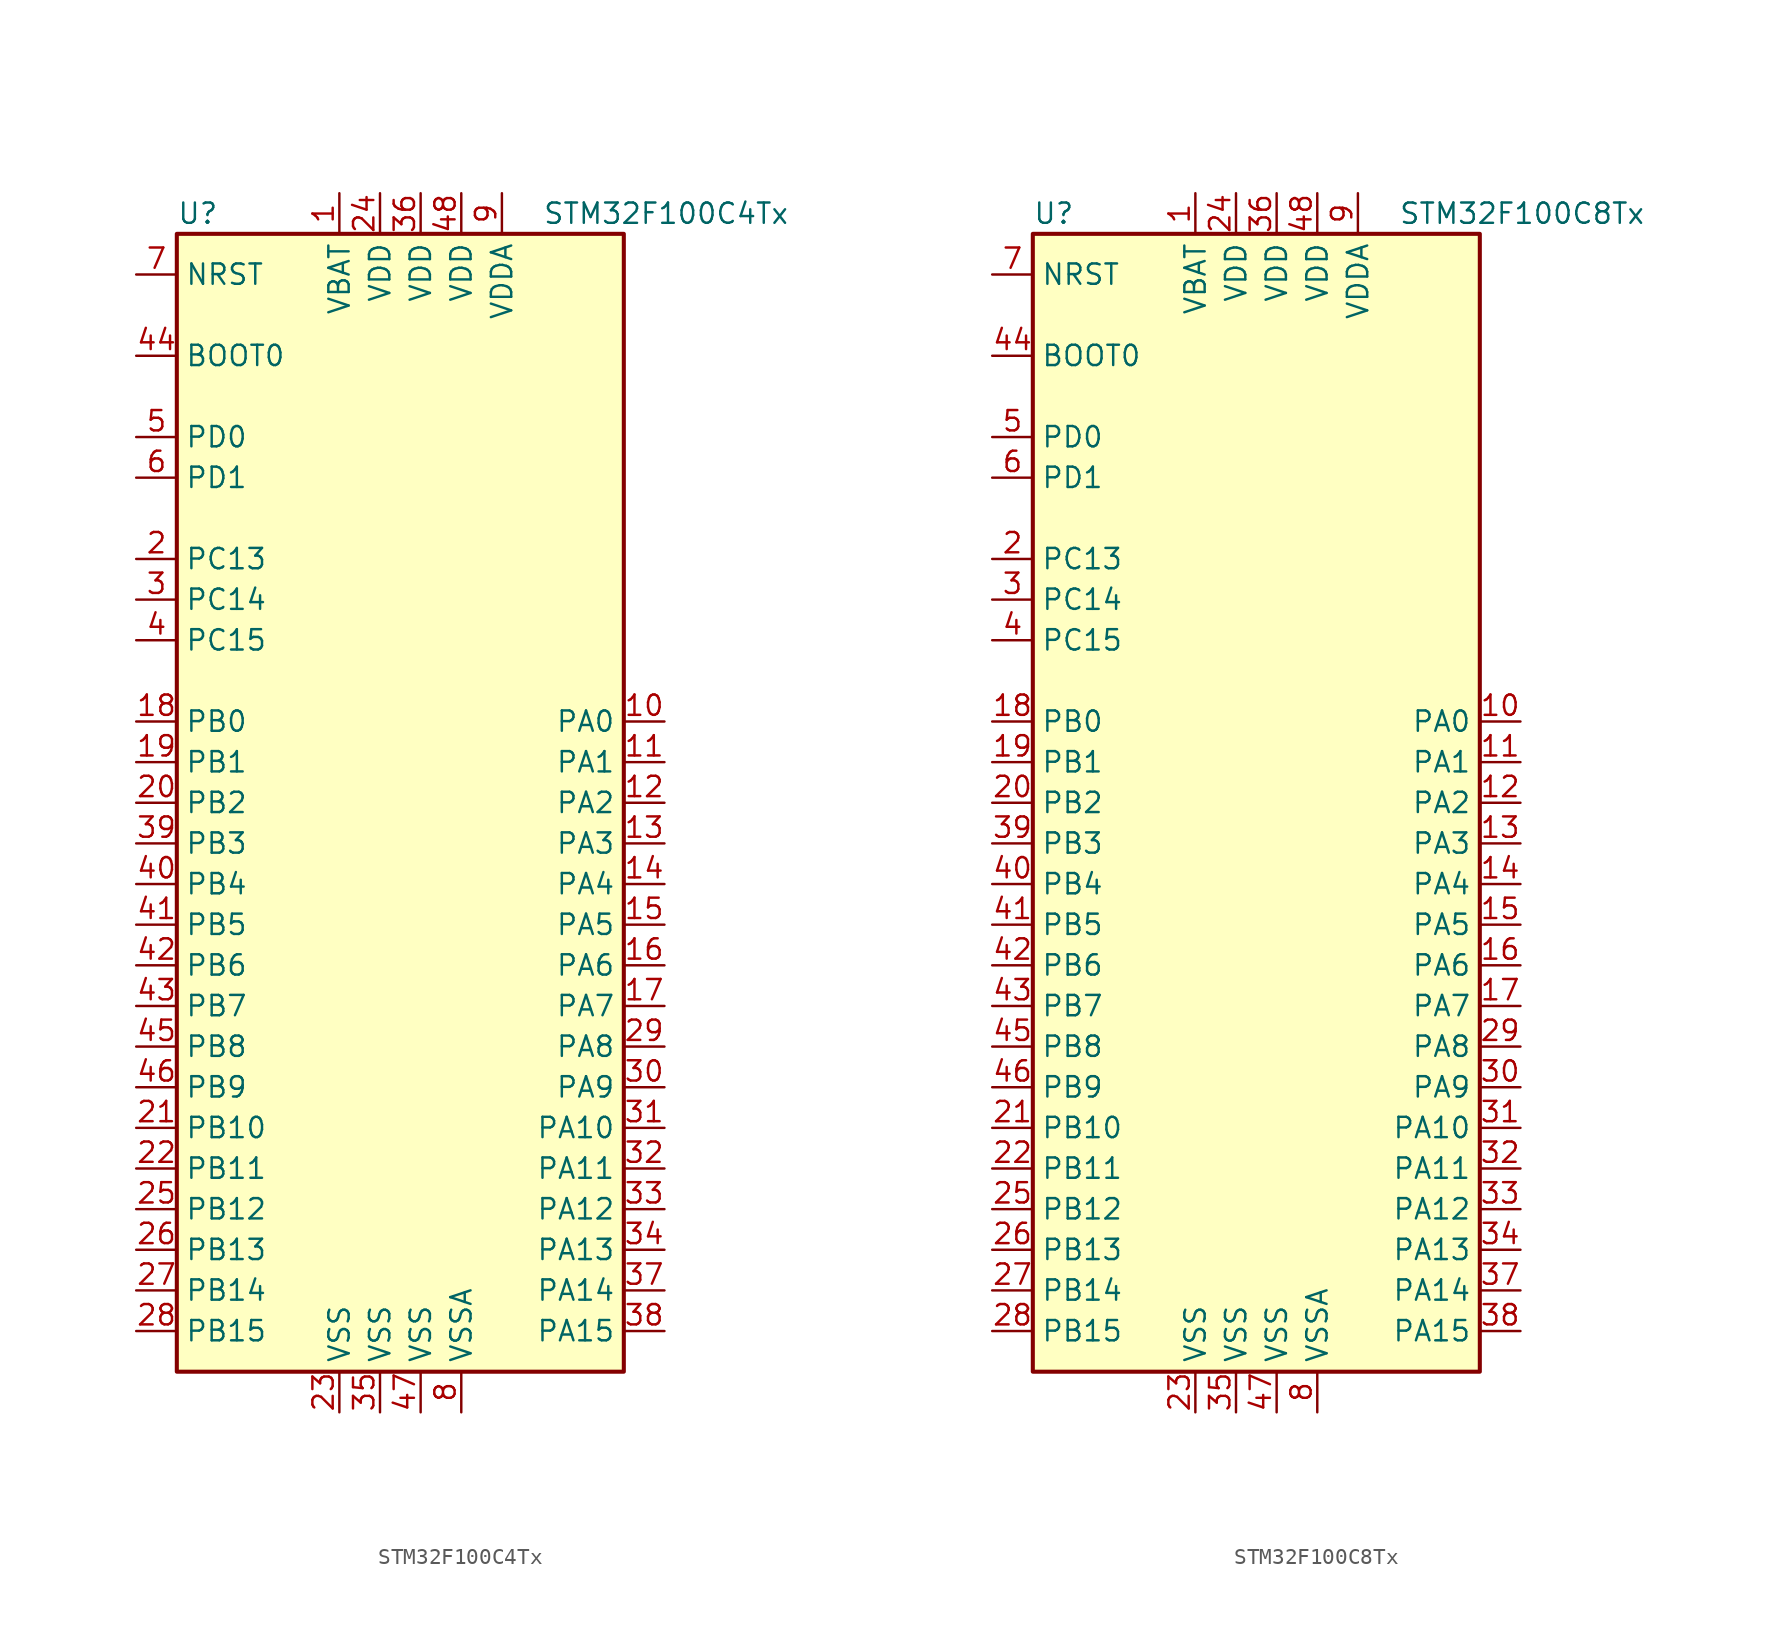
<source format=kicad_sym>
(kicad_symbol_lib
  (version 20201005)
  (generator kicad_symbol_editor)
  (symbol "STM32F100C4Tx"
    (property "Reference" "U"
      (at -15.24 36.83 0)
      (effects (font (size 1.27 1.27)) (justify left)))
    (property "Value" "STM32F100C4Tx"
      (at 7.62 36.83 0)
      (effects (font (size 1.27 1.27)) (justify left)))
    (symbol "STM32F100C4Tx_0_1"
      (rectangle (start -15.24 -35.56) (end 12.7 35.56) (stroke (width 0.254)) (fill (type background))))
    (symbol "STM32F100C4Tx_1_1"
      (pin power_in line (at -5.08 38.1 270) (length 2.54) (name "VBAT" (effects (font (size 1.27 1.27)))) (number "1" (effects (font (size 1.27 1.27)))))
      (pin bidirectional line (at 15.24 5.08 180) (length 2.54) (name "PA0" (effects (font (size 1.27 1.27)))) (number "10" (effects (font (size 1.27 1.27)))))
      (pin bidirectional line (at 15.24 2.54 180) (length 2.54) (name "PA1" (effects (font (size 1.27 1.27)))) (number "11" (effects (font (size 1.27 1.27)))))
      (pin bidirectional line (at 15.24 0 180) (length 2.54) (name "PA2" (effects (font (size 1.27 1.27)))) (number "12" (effects (font (size 1.27 1.27)))))
      (pin bidirectional line (at 15.24 -2.54 180) (length 2.54) (name "PA3" (effects (font (size 1.27 1.27)))) (number "13" (effects (font (size 1.27 1.27)))))
      (pin bidirectional line (at 15.24 -5.08 180) (length 2.54) (name "PA4" (effects (font (size 1.27 1.27)))) (number "14" (effects (font (size 1.27 1.27)))))
      (pin bidirectional line (at 15.24 -7.62 180) (length 2.54) (name "PA5" (effects (font (size 1.27 1.27)))) (number "15" (effects (font (size 1.27 1.27)))))
      (pin bidirectional line (at 15.24 -10.16 180) (length 2.54) (name "PA6" (effects (font (size 1.27 1.27)))) (number "16" (effects (font (size 1.27 1.27)))))
      (pin bidirectional line (at 15.24 -12.7 180) (length 2.54) (name "PA7" (effects (font (size 1.27 1.27)))) (number "17" (effects (font (size 1.27 1.27)))))
      (pin bidirectional line (at -17.78 5.08 0) (length 2.54) (name "PB0" (effects (font (size 1.27 1.27)))) (number "18" (effects (font (size 1.27 1.27)))))
      (pin bidirectional line (at -17.78 2.54 0) (length 2.54) (name "PB1" (effects (font (size 1.27 1.27)))) (number "19" (effects (font (size 1.27 1.27)))))
      (pin bidirectional line (at -17.78 15.24 0) (length 2.54) (name "PC13" (effects (font (size 1.27 1.27)))) (number "2" (effects (font (size 1.27 1.27)))))
      (pin bidirectional line (at -17.78 0 0) (length 2.54) (name "PB2" (effects (font (size 1.27 1.27)))) (number "20" (effects (font (size 1.27 1.27)))))
      (pin bidirectional line (at -17.78 -20.32 0) (length 2.54) (name "PB10" (effects (font (size 1.27 1.27)))) (number "21" (effects (font (size 1.27 1.27)))))
      (pin bidirectional line (at -17.78 -22.86 0) (length 2.54) (name "PB11" (effects (font (size 1.27 1.27)))) (number "22" (effects (font (size 1.27 1.27)))))
      (pin power_in line (at -5.08 -38.1 90) (length 2.54) (name "VSS" (effects (font (size 1.27 1.27)))) (number "23" (effects (font (size 1.27 1.27)))))
      (pin power_in line (at -2.54 38.1 270) (length 2.54) (name "VDD" (effects (font (size 1.27 1.27)))) (number "24" (effects (font (size 1.27 1.27)))))
      (pin bidirectional line (at -17.78 -25.4 0) (length 2.54) (name "PB12" (effects (font (size 1.27 1.27)))) (number "25" (effects (font (size 1.27 1.27)))))
      (pin bidirectional line (at -17.78 -27.94 0) (length 2.54) (name "PB13" (effects (font (size 1.27 1.27)))) (number "26" (effects (font (size 1.27 1.27)))))
      (pin bidirectional line (at -17.78 -30.48 0) (length 2.54) (name "PB14" (effects (font (size 1.27 1.27)))) (number "27" (effects (font (size 1.27 1.27)))))
      (pin bidirectional line (at -17.78 -33.02 0) (length 2.54) (name "PB15" (effects (font (size 1.27 1.27)))) (number "28" (effects (font (size 1.27 1.27)))))
      (pin bidirectional line (at 15.24 -15.24 180) (length 2.54) (name "PA8" (effects (font (size 1.27 1.27)))) (number "29" (effects (font (size 1.27 1.27)))))
      (pin bidirectional line (at -17.78 12.7 0) (length 2.54) (name "PC14" (effects (font (size 1.27 1.27)))) (number "3" (effects (font (size 1.27 1.27)))))
      (pin bidirectional line (at 15.24 -17.78 180) (length 2.54) (name "PA9" (effects (font (size 1.27 1.27)))) (number "30" (effects (font (size 1.27 1.27)))))
      (pin bidirectional line (at 15.24 -20.32 180) (length 2.54) (name "PA10" (effects (font (size 1.27 1.27)))) (number "31" (effects (font (size 1.27 1.27)))))
      (pin bidirectional line (at 15.24 -22.86 180) (length 2.54) (name "PA11" (effects (font (size 1.27 1.27)))) (number "32" (effects (font (size 1.27 1.27)))))
      (pin bidirectional line (at 15.24 -25.4 180) (length 2.54) (name "PA12" (effects (font (size 1.27 1.27)))) (number "33" (effects (font (size 1.27 1.27)))))
      (pin bidirectional line (at 15.24 -27.94 180) (length 2.54) (name "PA13" (effects (font (size 1.27 1.27)))) (number "34" (effects (font (size 1.27 1.27)))))
      (pin power_in line (at -2.54 -38.1 90) (length 2.54) (name "VSS" (effects (font (size 1.27 1.27)))) (number "35" (effects (font (size 1.27 1.27)))))
      (pin power_in line (at 0 38.1 270) (length 2.54) (name "VDD" (effects (font (size 1.27 1.27)))) (number "36" (effects (font (size 1.27 1.27)))))
      (pin bidirectional line (at 15.24 -30.48 180) (length 2.54) (name "PA14" (effects (font (size 1.27 1.27)))) (number "37" (effects (font (size 1.27 1.27)))))
      (pin bidirectional line (at 15.24 -33.02 180) (length 2.54) (name "PA15" (effects (font (size 1.27 1.27)))) (number "38" (effects (font (size 1.27 1.27)))))
      (pin bidirectional line (at -17.78 -2.54 0) (length 2.54) (name "PB3" (effects (font (size 1.27 1.27)))) (number "39" (effects (font (size 1.27 1.27)))))
      (pin bidirectional line (at -17.78 10.16 0) (length 2.54) (name "PC15" (effects (font (size 1.27 1.27)))) (number "4" (effects (font (size 1.27 1.27)))))
      (pin bidirectional line (at -17.78 -5.08 0) (length 2.54) (name "PB4" (effects (font (size 1.27 1.27)))) (number "40" (effects (font (size 1.27 1.27)))))
      (pin bidirectional line (at -17.78 -7.62 0) (length 2.54) (name "PB5" (effects (font (size 1.27 1.27)))) (number "41" (effects (font (size 1.27 1.27)))))
      (pin bidirectional line (at -17.78 -10.16 0) (length 2.54) (name "PB6" (effects (font (size 1.27 1.27)))) (number "42" (effects (font (size 1.27 1.27)))))
      (pin bidirectional line (at -17.78 -12.7 0) (length 2.54) (name "PB7" (effects (font (size 1.27 1.27)))) (number "43" (effects (font (size 1.27 1.27)))))
      (pin input line (at -17.78 27.94 0) (length 2.54) (name "BOOT0" (effects (font (size 1.27 1.27)))) (number "44" (effects (font (size 1.27 1.27)))))
      (pin bidirectional line (at -17.78 -15.24 0) (length 2.54) (name "PB8" (effects (font (size 1.27 1.27)))) (number "45" (effects (font (size 1.27 1.27)))))
      (pin bidirectional line (at -17.78 -17.78 0) (length 2.54) (name "PB9" (effects (font (size 1.27 1.27)))) (number "46" (effects (font (size 1.27 1.27)))))
      (pin power_in line (at 0 -38.1 90) (length 2.54) (name "VSS" (effects (font (size 1.27 1.27)))) (number "47" (effects (font (size 1.27 1.27)))))
      (pin power_in line (at 2.54 38.1 270) (length 2.54) (name "VDD" (effects (font (size 1.27 1.27)))) (number "48" (effects (font (size 1.27 1.27)))))
      (pin input line (at -17.78 22.86 0) (length 2.54) (name "PD0" (effects (font (size 1.27 1.27)))) (number "5" (effects (font (size 1.27 1.27)))))
      (pin input line (at -17.78 20.32 0) (length 2.54) (name "PD1" (effects (font (size 1.27 1.27)))) (number "6" (effects (font (size 1.27 1.27)))))
      (pin input line (at -17.78 33.02 0) (length 2.54) (name "NRST" (effects (font (size 1.27 1.27)))) (number "7" (effects (font (size 1.27 1.27)))))
      (pin power_in line (at 2.54 -38.1 90) (length 2.54) (name "VSSA" (effects (font (size 1.27 1.27)))) (number "8" (effects (font (size 1.27 1.27)))))
      (pin power_in line (at 5.08 38.1 270) (length 2.54) (name "VDDA" (effects (font (size 1.27 1.27)))) (number "9" (effects (font (size 1.27 1.27)))))))
  (symbol "STM32F100C8Tx"
    (property "Reference" "U"
      (at -15.24 36.83 0)
      (effects (font (size 1.27 1.27)) (justify left)))
    (property "Value" "STM32F100C8Tx"
      (at 7.62 36.83 0)
      (effects (font (size 1.27 1.27)) (justify left)))
    (symbol "STM32F100C8Tx_0_1"
      (rectangle (start -15.24 -35.56) (end 12.7 35.56) (stroke (width 0.254)) (fill (type background))))
    (symbol "STM32F100C8Tx_1_1"
      (pin power_in line (at -5.08 38.1 270) (length 2.54) (name "VBAT" (effects (font (size 1.27 1.27)))) (number "1" (effects (font (size 1.27 1.27)))))
      (pin bidirectional line (at 15.24 5.08 180) (length 2.54) (name "PA0" (effects (font (size 1.27 1.27)))) (number "10" (effects (font (size 1.27 1.27)))))
      (pin bidirectional line (at 15.24 2.54 180) (length 2.54) (name "PA1" (effects (font (size 1.27 1.27)))) (number "11" (effects (font (size 1.27 1.27)))))
      (pin bidirectional line (at 15.24 0 180) (length 2.54) (name "PA2" (effects (font (size 1.27 1.27)))) (number "12" (effects (font (size 1.27 1.27)))))
      (pin bidirectional line (at 15.24 -2.54 180) (length 2.54) (name "PA3" (effects (font (size 1.27 1.27)))) (number "13" (effects (font (size 1.27 1.27)))))
      (pin bidirectional line (at 15.24 -5.08 180) (length 2.54) (name "PA4" (effects (font (size 1.27 1.27)))) (number "14" (effects (font (size 1.27 1.27)))))
      (pin bidirectional line (at 15.24 -7.62 180) (length 2.54) (name "PA5" (effects (font (size 1.27 1.27)))) (number "15" (effects (font (size 1.27 1.27)))))
      (pin bidirectional line (at 15.24 -10.16 180) (length 2.54) (name "PA6" (effects (font (size 1.27 1.27)))) (number "16" (effects (font (size 1.27 1.27)))))
      (pin bidirectional line (at 15.24 -12.7 180) (length 2.54) (name "PA7" (effects (font (size 1.27 1.27)))) (number "17" (effects (font (size 1.27 1.27)))))
      (pin bidirectional line (at -17.78 5.08 0) (length 2.54) (name "PB0" (effects (font (size 1.27 1.27)))) (number "18" (effects (font (size 1.27 1.27)))))
      (pin bidirectional line (at -17.78 2.54 0) (length 2.54) (name "PB1" (effects (font (size 1.27 1.27)))) (number "19" (effects (font (size 1.27 1.27)))))
      (pin bidirectional line (at -17.78 15.24 0) (length 2.54) (name "PC13" (effects (font (size 1.27 1.27)))) (number "2" (effects (font (size 1.27 1.27)))))
      (pin bidirectional line (at -17.78 0 0) (length 2.54) (name "PB2" (effects (font (size 1.27 1.27)))) (number "20" (effects (font (size 1.27 1.27)))))
      (pin bidirectional line (at -17.78 -20.32 0) (length 2.54) (name "PB10" (effects (font (size 1.27 1.27)))) (number "21" (effects (font (size 1.27 1.27)))))
      (pin bidirectional line (at -17.78 -22.86 0) (length 2.54) (name "PB11" (effects (font (size 1.27 1.27)))) (number "22" (effects (font (size 1.27 1.27)))))
      (pin power_in line (at -5.08 -38.1 90) (length 2.54) (name "VSS" (effects (font (size 1.27 1.27)))) (number "23" (effects (font (size 1.27 1.27)))))
      (pin power_in line (at -2.54 38.1 270) (length 2.54) (name "VDD" (effects (font (size 1.27 1.27)))) (number "24" (effects (font (size 1.27 1.27)))))
      (pin bidirectional line (at -17.78 -25.4 0) (length 2.54) (name "PB12" (effects (font (size 1.27 1.27)))) (number "25" (effects (font (size 1.27 1.27)))))
      (pin bidirectional line (at -17.78 -27.94 0) (length 2.54) (name "PB13" (effects (font (size 1.27 1.27)))) (number "26" (effects (font (size 1.27 1.27)))))
      (pin bidirectional line (at -17.78 -30.48 0) (length 2.54) (name "PB14" (effects (font (size 1.27 1.27)))) (number "27" (effects (font (size 1.27 1.27)))))
      (pin bidirectional line (at -17.78 -33.02 0) (length 2.54) (name "PB15" (effects (font (size 1.27 1.27)))) (number "28" (effects (font (size 1.27 1.27)))))
      (pin bidirectional line (at 15.24 -15.24 180) (length 2.54) (name "PA8" (effects (font (size 1.27 1.27)))) (number "29" (effects (font (size 1.27 1.27)))))
      (pin bidirectional line (at -17.78 12.7 0) (length 2.54) (name "PC14" (effects (font (size 1.27 1.27)))) (number "3" (effects (font (size 1.27 1.27)))))
      (pin bidirectional line (at 15.24 -17.78 180) (length 2.54) (name "PA9" (effects (font (size 1.27 1.27)))) (number "30" (effects (font (size 1.27 1.27)))))
      (pin bidirectional line (at 15.24 -20.32 180) (length 2.54) (name "PA10" (effects (font (size 1.27 1.27)))) (number "31" (effects (font (size 1.27 1.27)))))
      (pin bidirectional line (at 15.24 -22.86 180) (length 2.54) (name "PA11" (effects (font (size 1.27 1.27)))) (number "32" (effects (font (size 1.27 1.27)))))
      (pin bidirectional line (at 15.24 -25.4 180) (length 2.54) (name "PA12" (effects (font (size 1.27 1.27)))) (number "33" (effects (font (size 1.27 1.27)))))
      (pin bidirectional line (at 15.24 -27.94 180) (length 2.54) (name "PA13" (effects (font (size 1.27 1.27)))) (number "34" (effects (font (size 1.27 1.27)))))
      (pin power_in line (at -2.54 -38.1 90) (length 2.54) (name "VSS" (effects (font (size 1.27 1.27)))) (number "35" (effects (font (size 1.27 1.27)))))
      (pin power_in line (at 0 38.1 270) (length 2.54) (name "VDD" (effects (font (size 1.27 1.27)))) (number "36" (effects (font (size 1.27 1.27)))))
      (pin bidirectional line (at 15.24 -30.48 180) (length 2.54) (name "PA14" (effects (font (size 1.27 1.27)))) (number "37" (effects (font (size 1.27 1.27)))))
      (pin bidirectional line (at 15.24 -33.02 180) (length 2.54) (name "PA15" (effects (font (size 1.27 1.27)))) (number "38" (effects (font (size 1.27 1.27)))))
      (pin bidirectional line (at -17.78 -2.54 0) (length 2.54) (name "PB3" (effects (font (size 1.27 1.27)))) (number "39" (effects (font (size 1.27 1.27)))))
      (pin bidirectional line (at -17.78 10.16 0) (length 2.54) (name "PC15" (effects (font (size 1.27 1.27)))) (number "4" (effects (font (size 1.27 1.27)))))
      (pin bidirectional line (at -17.78 -5.08 0) (length 2.54) (name "PB4" (effects (font (size 1.27 1.27)))) (number "40" (effects (font (size 1.27 1.27)))))
      (pin bidirectional line (at -17.78 -7.62 0) (length 2.54) (name "PB5" (effects (font (size 1.27 1.27)))) (number "41" (effects (font (size 1.27 1.27)))))
      (pin bidirectional line (at -17.78 -10.16 0) (length 2.54) (name "PB6" (effects (font (size 1.27 1.27)))) (number "42" (effects (font (size 1.27 1.27)))))
      (pin bidirectional line (at -17.78 -12.7 0) (length 2.54) (name "PB7" (effects (font (size 1.27 1.27)))) (number "43" (effects (font (size 1.27 1.27)))))
      (pin input line (at -17.78 27.94 0) (length 2.54) (name "BOOT0" (effects (font (size 1.27 1.27)))) (number "44" (effects (font (size 1.27 1.27)))))
      (pin bidirectional line (at -17.78 -15.24 0) (length 2.54) (name "PB8" (effects (font (size 1.27 1.27)))) (number "45" (effects (font (size 1.27 1.27)))))
      (pin bidirectional line (at -17.78 -17.78 0) (length 2.54) (name "PB9" (effects (font (size 1.27 1.27)))) (number "46" (effects (font (size 1.27 1.27)))))
      (pin power_in line (at 0 -38.1 90) (length 2.54) (name "VSS" (effects (font (size 1.27 1.27)))) (number "47" (effects (font (size 1.27 1.27)))))
      (pin power_in line (at 2.54 38.1 270) (length 2.54) (name "VDD" (effects (font (size 1.27 1.27)))) (number "48" (effects (font (size 1.27 1.27)))))
      (pin input line (at -17.78 22.86 0) (length 2.54) (name "PD0" (effects (font (size 1.27 1.27)))) (number "5" (effects (font (size 1.27 1.27)))))
      (pin input line (at -17.78 20.32 0) (length 2.54) (name "PD1" (effects (font (size 1.27 1.27)))) (number "6" (effects (font (size 1.27 1.27)))))
      (pin input line (at -17.78 33.02 0) (length 2.54) (name "NRST" (effects (font (size 1.27 1.27)))) (number "7" (effects (font (size 1.27 1.27)))))
      (pin power_in line (at 2.54 -38.1 90) (length 2.54) (name "VSSA" (effects (font (size 1.27 1.27)))) (number "8" (effects (font (size 1.27 1.27)))))
      (pin power_in line (at 5.08 38.1 270) (length 2.54) (name "VDDA" (effects (font (size 1.27 1.27)))) (number "9" (effects (font (size 1.27 1.27))))))))
</source>
